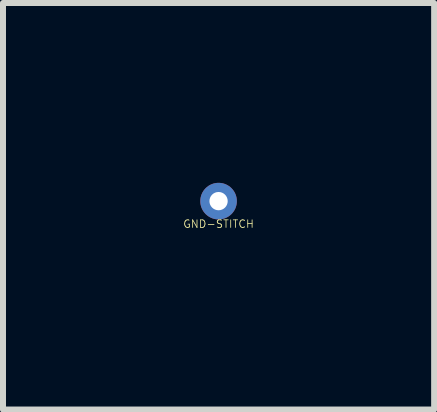
<source format=kicad_pcb>
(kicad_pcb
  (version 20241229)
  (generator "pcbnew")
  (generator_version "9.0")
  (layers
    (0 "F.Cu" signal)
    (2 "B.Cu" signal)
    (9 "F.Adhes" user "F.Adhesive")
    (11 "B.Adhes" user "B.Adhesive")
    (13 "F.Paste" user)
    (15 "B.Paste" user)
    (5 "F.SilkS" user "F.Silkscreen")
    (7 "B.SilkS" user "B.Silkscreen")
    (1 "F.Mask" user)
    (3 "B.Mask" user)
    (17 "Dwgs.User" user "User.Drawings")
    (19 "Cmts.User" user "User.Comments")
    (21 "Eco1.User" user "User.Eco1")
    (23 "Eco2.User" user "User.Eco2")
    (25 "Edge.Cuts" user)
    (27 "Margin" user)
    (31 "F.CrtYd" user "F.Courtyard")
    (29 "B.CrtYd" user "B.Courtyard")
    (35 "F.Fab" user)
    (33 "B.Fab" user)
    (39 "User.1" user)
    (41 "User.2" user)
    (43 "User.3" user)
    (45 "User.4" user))
  (footprint "GND-STITCH"
    (layer "F.Cu")
    (at 0.596 0.305)
    (property "Reference" "GND-STITCH" (at 0 0.381 0) (layer "F.SilkS") (effects (font (size 0.127 0.127) (thickness 0.013))))
    (attr through_hole)
    (pad "1" thru_hole circle (at 0 0) (size 0.61 0.61) (drill 0.305) (layers "*.Cu")))
  (gr_rect
    (start -3 -3)
    (end 4.192 3.782)
    (stroke (width 0.1) (type default))
    (fill no)
    (layer "Edge.Cuts")))
</source>
